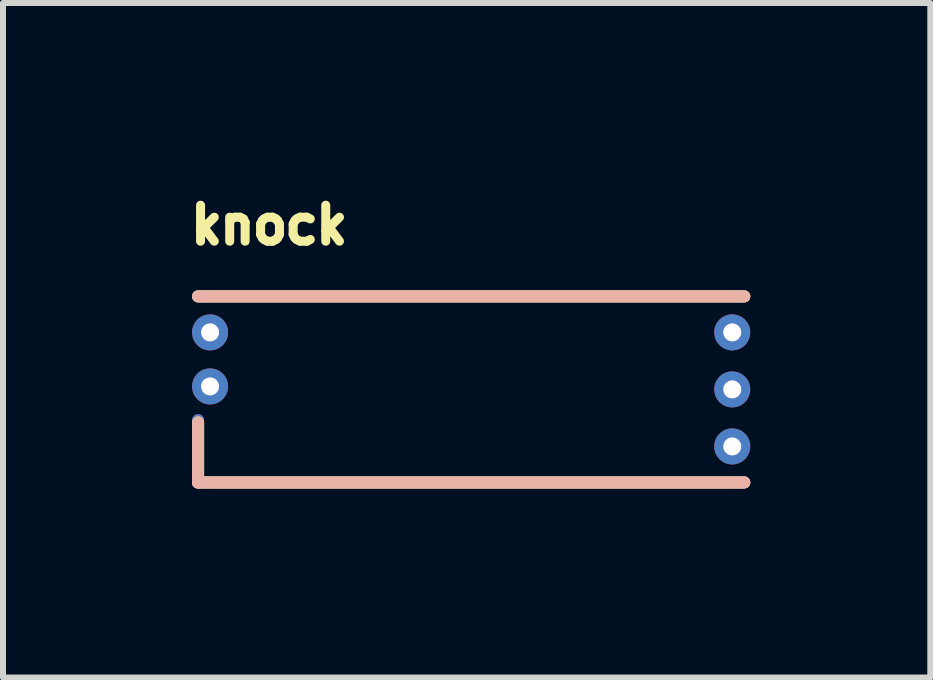
<source format=kicad_pcb>
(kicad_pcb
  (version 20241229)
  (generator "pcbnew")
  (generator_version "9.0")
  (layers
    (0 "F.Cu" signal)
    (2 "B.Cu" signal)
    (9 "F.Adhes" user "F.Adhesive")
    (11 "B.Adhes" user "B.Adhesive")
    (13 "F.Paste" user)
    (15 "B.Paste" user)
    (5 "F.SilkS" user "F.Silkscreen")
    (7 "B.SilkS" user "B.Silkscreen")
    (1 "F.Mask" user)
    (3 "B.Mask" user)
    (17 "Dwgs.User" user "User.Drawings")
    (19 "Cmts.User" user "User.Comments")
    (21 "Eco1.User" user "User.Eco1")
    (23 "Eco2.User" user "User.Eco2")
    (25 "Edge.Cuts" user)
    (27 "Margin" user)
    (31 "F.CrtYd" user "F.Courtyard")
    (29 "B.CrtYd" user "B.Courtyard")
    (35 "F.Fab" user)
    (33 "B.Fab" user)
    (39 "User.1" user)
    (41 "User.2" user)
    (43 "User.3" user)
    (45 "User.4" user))
  (footprint "knock"
    (layer "F.Cu")
    (at 0.25 4.988)
    (property "Reference" "knock" (at -0.2 -3.938 0) (unlocked yes) (layer "F.SilkS") (effects (font (size 0.6 0.6) (thickness 0.254)) (justify left bottom)))
    (fp_line (start 0 -3.1) (end 9.1 -3.1) (stroke (width 0.2) (type solid)) (layer "F.SilkS"))
    (fp_line (start 0 0) (end 0 -1) (stroke (width 0.2) (type solid)) (layer "F.SilkS"))
    (fp_line (start 0 0) (end 9.1 0) (stroke (width 0.2) (type solid)) (layer "F.SilkS"))
    (fp_line (start 0 -3.1) (end 9.1 -3.1) (stroke (width 0.2) (type solid)) (layer "B.SilkS"))
    (fp_line (start 0 0) (end 0 -1) (stroke (width 0.2) (type solid)) (layer "B.SilkS"))
    (fp_line (start 0 0) (end 9.1 0) (stroke (width 0.2) (type solid)) (layer "B.SilkS"))
    (pad "E1" thru_hole circle (at 8.9 -2.5 180) (size 0.6 0.6) (drill 0.3) (layers "*.Cu" "*.Mask"))
    (pad "E2" smd oval (at 0 -0.525 180) (size 0.2 1.225) (layers "F.Cu" "F.Mask" "F.Paste"))
    (pad "E2" smd oval (at 0 -0.525 180) (size 0.2 1.225) (layers "B.Cu" "B.Mask" "B.Paste"))
    (pad "E2" smd oval (at 0 -0.525 180) (size 0.2 1.225) (layers "In1.Cu"))
    (pad "E2" smd oval (at 0 -0.525 180) (size 0.2 1.225) (layers "In2.Cu"))
    (pad "E2" smd oval (at 4.55 -3.1 90) (size 0.2 9.3) (layers "F.Cu" "F.Mask" "F.Paste"))
    (pad "E2" smd oval (at 4.55 -3.1 90) (size 0.2 9.3) (layers "B.Cu" "B.Mask" "B.Paste"))
    (pad "E2" smd oval (at 4.55 -3.1 90) (size 0.2 9.3) (layers "In1.Cu"))
    (pad "E2" smd oval (at 4.55 -3.1 90) (size 0.2 9.3) (layers "In2.Cu"))
    (pad "E2" smd oval (at 4.55 0 270) (size 0.2 9.3) (layers "F.Cu" "F.Mask" "F.Paste"))
    (pad "E2" smd oval (at 4.55 0 270) (size 0.2 9.3) (layers "B.Cu" "B.Mask" "B.Paste"))
    (pad "E2" smd oval (at 4.55 0 270) (size 0.2 9.3) (layers "In1.Cu"))
    (pad "E2" smd oval (at 4.55 0 270) (size 0.2 9.3) (layers "In2.Cu"))
    (pad "E2" thru_hole circle (at 8.9 -1.55 180) (size 0.6 0.6) (drill 0.3) (layers "*.Cu" "*.Mask"))
    (pad "E3" thru_hole circle (at 8.9 -0.6 180) (size 0.6 0.6) (drill 0.3) (layers "*.Cu" "*.Mask"))
    (pad "W1" thru_hole circle (at 0.2 -1.6) (size 0.6 0.6) (drill 0.3) (layers "*.Cu" "*.Mask"))
    (pad "W2" thru_hole circle (at 0.2 -2.5) (size 0.6 0.6) (drill 0.3) (layers "*.Cu" "*.Mask"))
    (zone (net_name "") (layer "F.SilkS") (hatch edge 0.508) (connect_pads) (min_thickness 0.254) (filled_areas_thickness no) (keepout (tracks allowed) (vias allowed) (pads allowed) (copperpour not_allowed) (footprints allowed)) (placement (enabled no)) (fill) (polygon (pts (xy 9.35 4.988) (xy 0.25 4.988) (xy 0.25 1.888) (xy 9.35 1.888)))))
  (gr_rect
    (start -3 -3)
    (end 12.45 8.238)
    (stroke (width 0.1) (type default))
    (fill no)
    (layer "Edge.Cuts")))
</source>
